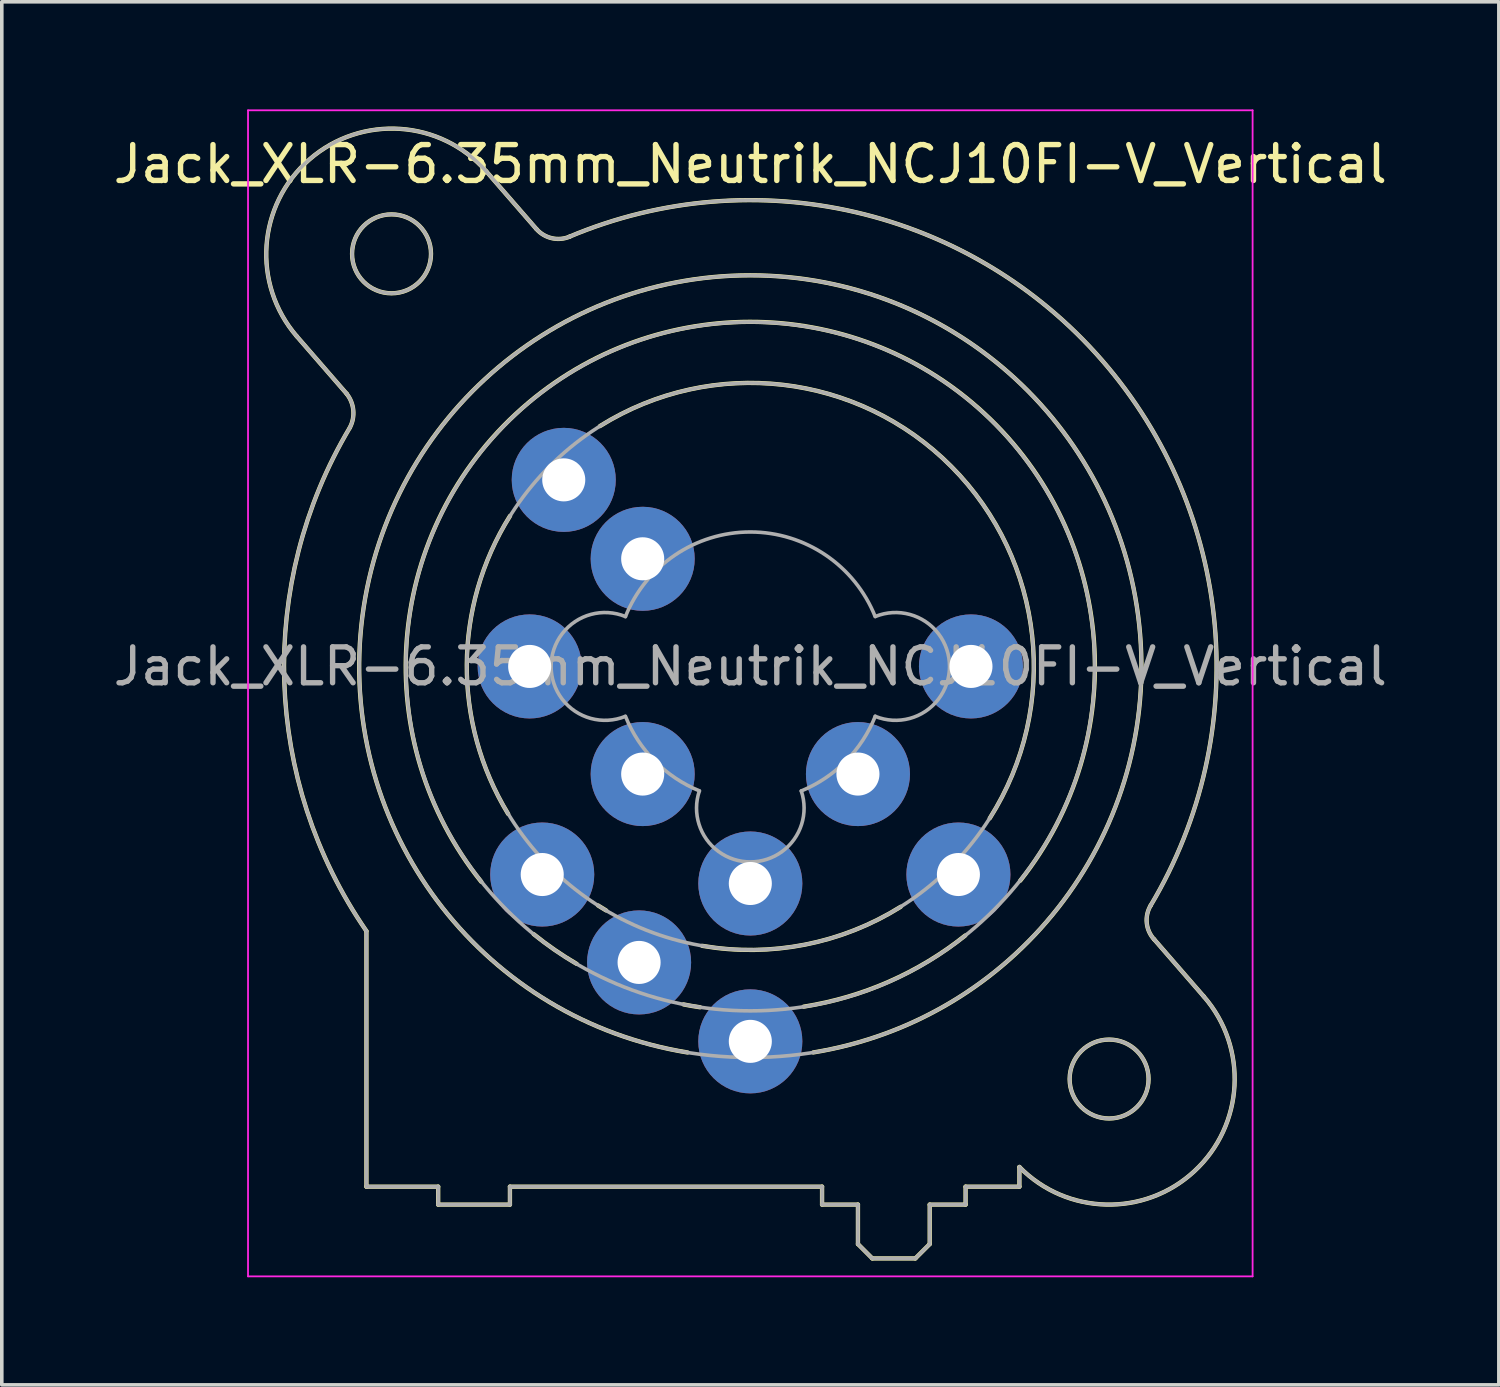
<source format=kicad_pcb>
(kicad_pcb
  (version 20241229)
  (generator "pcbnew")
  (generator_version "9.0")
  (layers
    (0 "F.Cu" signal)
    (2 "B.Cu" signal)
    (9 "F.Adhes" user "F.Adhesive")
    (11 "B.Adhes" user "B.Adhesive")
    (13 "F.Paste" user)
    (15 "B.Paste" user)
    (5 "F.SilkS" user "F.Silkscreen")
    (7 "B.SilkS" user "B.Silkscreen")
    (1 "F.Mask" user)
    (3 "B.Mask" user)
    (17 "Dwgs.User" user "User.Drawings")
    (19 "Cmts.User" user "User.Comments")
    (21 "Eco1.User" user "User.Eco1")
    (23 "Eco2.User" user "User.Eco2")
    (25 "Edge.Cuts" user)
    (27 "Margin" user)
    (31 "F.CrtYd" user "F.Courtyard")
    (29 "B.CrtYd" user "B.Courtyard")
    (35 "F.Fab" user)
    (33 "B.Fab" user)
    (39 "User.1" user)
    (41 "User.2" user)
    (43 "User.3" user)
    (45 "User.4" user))
  (footprint "Jack_XLR-6.35mm_Neutrik_NCJ10FI-V_Vertical"
    (layer "F.Cu")
    (at 24.013 15.525)
    (property "Reference" "Jack_XLR-6.35mm_Neutrik_NCJ10FI-V_Vertical" (at -6.15 -14 0) (layer "F.SilkS") (effects (font (size 1 1) (thickness 0.15))))
    (attr through_hole)
    (fp_line (start -17.4 -7.6) (end -18.79 -9.2) (stroke (width 0.12) (type solid)) (layer "F.SilkS"))
    (fp_line (start -16.85 14.5) (end -16.85 7.38) (stroke (width 0.12) (type solid)) (layer "F.SilkS"))
    (fp_line (start -14.85 14.5) (end -16.85 14.5) (stroke (width 0.12) (type solid)) (layer "F.SilkS"))
    (fp_line (start -14.85 14.5) (end -14.85 15) (stroke (width 0.12) (type solid)) (layer "F.SilkS"))
    (fp_line (start -13.51 -13.8) (end -12.11 -12.19) (stroke (width 0.12) (type solid)) (layer "F.SilkS"))
    (fp_line (start -12.85 14.5) (end -12.85 15) (stroke (width 0.12) (type solid)) (layer "F.SilkS"))
    (fp_line (start -12.85 15) (end -14.85 15) (stroke (width 0.12) (type solid)) (layer "F.SilkS"))
    (fp_line (start -4.15 14.5) (end -12.85 14.5) (stroke (width 0.12) (type solid)) (layer "F.SilkS"))
    (fp_line (start -4.15 14.5) (end -4.15 15) (stroke (width 0.12) (type solid)) (layer "F.SilkS"))
    (fp_line (start -3.15 15) (end -4.15 15) (stroke (width 0.12) (type solid)) (layer "F.SilkS"))
    (fp_line (start -3.15 15) (end -3.15 16.1) (stroke (width 0.12) (type solid)) (layer "F.SilkS"))
    (fp_line (start -3.15 16.1) (end -2.75 16.5) (stroke (width 0.12) (type solid)) (layer "F.SilkS"))
    (fp_line (start -1.55 16.5) (end -2.75 16.5) (stroke (width 0.12) (type solid)) (layer "F.SilkS"))
    (fp_line (start -1.15 15) (end -1.15 16.1) (stroke (width 0.12) (type solid)) (layer "F.SilkS"))
    (fp_line (start -1.15 16.1) (end -1.55 16.5) (stroke (width 0.12) (type solid)) (layer "F.SilkS"))
    (fp_line (start -0.15 14.5) (end -0.15 15) (stroke (width 0.12) (type solid)) (layer "F.SilkS"))
    (fp_line (start -0.15 15) (end -1.15 15) (stroke (width 0.12) (type solid)) (layer "F.SilkS"))
    (fp_line (start 1.35 13.95) (end 1.35 14.5) (stroke (width 0.12) (type solid)) (layer "F.SilkS"))
    (fp_line (start 1.35 14.5) (end -0.15 14.5) (stroke (width 0.12) (type solid)) (layer "F.SilkS"))
    (fp_line (start 5.1 7.6) (end 6.49 9.2) (stroke (width 0.12) (type solid)) (layer "F.SilkS"))
    (fp_arc (start -18.79 -9.2) (mid -18.45 -14.14) (end -13.51 -13.8) (stroke (width 0.12) (type solid)) (layer "F.SilkS"))
    (fp_arc (start -17.400452 -7.59955) (mid -17.216295 -7.14315) (end -17.31 -6.66) (stroke (width 0.12) (type solid)) (layer "F.SilkS"))
    (fp_arc (start -16.851206 7.374645) (mid -19.139261 0.42462) (end -17.31 -6.66) (stroke (width 0.12) (type solid)) (layer "F.SilkS"))
    (fp_arc (start -13.65 6) (mid -6.168408 -9.604669) (end 1.372943 5.971208) (stroke (width 0.12) (type solid)) (layer "F.SilkS"))
    (fp_arc (start -12.9 4.11) (mid -14.052663 -0.0501) (end -12.847348 -4.195251) (stroke (width 0.12) (type solid)) (layer "F.SilkS"))
    (fp_arc (start -11.201352 -11.974349) (mid 3.655031 -8.530097) (end 5.01 6.66) (stroke (width 0.12) (type solid)) (layer "F.SilkS"))
    (fp_arc (start -11.177539 -11.981856) (mid -11.677484 -11.93489) (end -12.11 -12.19) (stroke (width 0.12) (type solid)) (layer "F.SilkS"))
    (fp_arc (start -10.99 8.29) (mid -11.604845 7.89901) (end -12.188263 7.462512) (stroke (width 0.12) (type solid)) (layer "F.SilkS"))
    (fp_arc (start -10.34 -6.7) (mid -0.544787 -5.570251) (end 0.523653 4.231839) (stroke (width 0.12) (type solid)) (layer "F.SilkS"))
    (fp_arc (start -10.17 6.8) (mid -10.28219 6.732414) (end -10.393245 6.662978) (stroke (width 0.12) (type solid)) (layer "F.SilkS"))
    (fp_arc (start -7.9 10.76) (mid -6.152346 -10.90138) (end -4.395368 10.759246) (stroke (width 0.12) (type solid)) (layer "F.SilkS"))
    (fp_arc (start -7.55 9.5) (mid -7.781688 9.462959) (end -8.012401 9.420269) (stroke (width 0.12) (type solid)) (layer "F.SilkS"))
    (fp_arc (start -1.96 6.7) (mid -4.625828 7.753902) (end -7.492223 7.78746) (stroke (width 0.12) (type solid)) (layer "F.SilkS"))
    (fp_arc (start -0.16 7.5) (mid -2.282236 8.784674) (end -4.662837 9.482534) (stroke (width 0.12) (type solid)) (layer "F.SilkS"))
    (fp_arc (start 5.109394 7.611661) (mid 4.900255 7.152483) (end 5.01 6.66) (stroke (width 0.12) (type solid)) (layer "F.SilkS"))
    (fp_arc (start 6.49 9.2) (mid 6.227307 14.070606) (end 1.351052 13.95252) (stroke (width 0.12) (type solid)) (layer "F.SilkS"))
    (fp_circle (center -16.15 -11.5) (end -15.05 -11.5) (stroke (width 0.12) (type solid)) (fill no) (layer "F.SilkS"))
    (fp_circle (center 3.85 11.5) (end 4.95 11.5) (stroke (width 0.12) (type solid)) (fill no) (layer "F.SilkS"))
    (fp_line (start -20.15 -15.5) (end 7.85 -15.5) (stroke (width 0.05) (type solid)) (layer "F.CrtYd"))
    (fp_line (start -20.15 17) (end -20.15 -15.5) (stroke (width 0.05) (type solid)) (layer "F.CrtYd"))
    (fp_line (start 7.85 -15.5) (end 7.85 17) (stroke (width 0.05) (type solid)) (layer "F.CrtYd"))
    (fp_line (start 7.85 17) (end -20.15 17) (stroke (width 0.05) (type solid)) (layer "F.CrtYd"))
    (fp_line (start -17.4 -7.6) (end -18.79 -9.2) (stroke (width 0.1) (type solid)) (layer "F.Fab"))
    (fp_line (start -16.85 14.5) (end -16.85 7.38) (stroke (width 0.1) (type solid)) (layer "F.Fab"))
    (fp_line (start -14.85 14.5) (end -16.85 14.5) (stroke (width 0.1) (type solid)) (layer "F.Fab"))
    (fp_line (start -14.85 14.5) (end -14.85 15) (stroke (width 0.1) (type solid)) (layer "F.Fab"))
    (fp_line (start -13.51 -13.8) (end -12.11 -12.19) (stroke (width 0.1) (type solid)) (layer "F.Fab"))
    (fp_line (start -12.85 14.5) (end -12.85 15) (stroke (width 0.1) (type solid)) (layer "F.Fab"))
    (fp_line (start -12.85 15) (end -14.85 15) (stroke (width 0.1) (type solid)) (layer "F.Fab"))
    (fp_line (start -4.15 14.5) (end -12.85 14.5) (stroke (width 0.1) (type solid)) (layer "F.Fab"))
    (fp_line (start -4.15 14.5) (end -4.15 15) (stroke (width 0.1) (type solid)) (layer "F.Fab"))
    (fp_line (start -3.15 15) (end -4.15 15) (stroke (width 0.1) (type solid)) (layer "F.Fab"))
    (fp_line (start -3.15 15) (end -3.15 16.1) (stroke (width 0.1) (type solid)) (layer "F.Fab"))
    (fp_line (start -3.15 16.1) (end -2.75 16.5) (stroke (width 0.1) (type solid)) (layer "F.Fab"))
    (fp_line (start -1.55 16.5) (end -2.75 16.5) (stroke (width 0.1) (type solid)) (layer "F.Fab"))
    (fp_line (start -1.15 15) (end -1.15 16.1) (stroke (width 0.1) (type solid)) (layer "F.Fab"))
    (fp_line (start -1.15 16.1) (end -1.55 16.5) (stroke (width 0.1) (type solid)) (layer "F.Fab"))
    (fp_line (start -0.15 14.5) (end -0.15 15) (stroke (width 0.1) (type solid)) (layer "F.Fab"))
    (fp_line (start -0.15 15) (end -1.15 15) (stroke (width 0.1) (type solid)) (layer "F.Fab"))
    (fp_line (start 1.35 13.95) (end 1.35 14.5) (stroke (width 0.1) (type solid)) (layer "F.Fab"))
    (fp_line (start 1.35 14.5) (end -0.15 14.5) (stroke (width 0.1) (type solid)) (layer "F.Fab"))
    (fp_line (start 5.1 7.6) (end 6.49 9.2) (stroke (width 0.1) (type solid)) (layer "F.Fab"))
    (fp_arc (start -18.79 -9.2) (mid -18.45 -14.14) (end -13.51 -13.8) (stroke (width 0.1) (type solid)) (layer "F.Fab"))
    (fp_arc (start -17.400452 -7.59955) (mid -17.216295 -7.14315) (end -17.31 -6.66) (stroke (width 0.1) (type solid)) (layer "F.Fab"))
    (fp_arc (start -16.851206 7.374645) (mid -19.139261 0.42462) (end -17.31 -6.66) (stroke (width 0.1) (type solid)) (layer "F.Fab"))
    (fp_arc (start -11.201352 -11.974349) (mid 3.655031 -8.530097) (end 5.01 6.66) (stroke (width 0.1) (type solid)) (layer "F.Fab"))
    (fp_arc (start -11.177539 -11.981856) (mid -11.677484 -11.93489) (end -12.11 -12.19) (stroke (width 0.1) (type solid)) (layer "F.Fab"))
    (fp_arc (start -9.634717 1.391925) (mid -11.702329 -0.002547) (end -9.63 -1.39) (stroke (width 0.1) (type solid)) (layer "F.Fab"))
    (fp_arc (start -9.631116 -1.387204) (mid -6.151505 -3.747333) (end -2.67 -1.39) (stroke (width 0.1) (type solid)) (layer "F.Fab"))
    (fp_arc (start -7.567529 3.468878) (mid -8.810241 2.639246) (end -9.63 1.39) (stroke (width 0.1) (type solid)) (layer "F.Fab"))
    (fp_arc (start -4.729599 3.471189) (mid -6.150627 5.448932) (end -7.57 3.47) (stroke (width 0.1) (type solid)) (layer "F.Fab"))
    (fp_arc (start -2.667476 1.389002) (mid -3.487046 2.639314) (end -4.73 3.47) (stroke (width 0.1) (type solid)) (layer "F.Fab"))
    (fp_arc (start -2.665283 -1.391925) (mid -0.597671 0.002547) (end -2.67 1.39) (stroke (width 0.1) (type solid)) (layer "F.Fab"))
    (fp_arc (start 5.109394 7.611661) (mid 4.900255 7.152483) (end 5.01 6.66) (stroke (width 0.1) (type solid)) (layer "F.Fab"))
    (fp_arc (start 6.49 9.2) (mid 6.227307 14.070606) (end 1.351052 13.95252) (stroke (width 0.1) (type solid)) (layer "F.Fab"))
    (fp_circle (center -16.15 -11.5) (end -15.05 -11.5) (stroke (width 0.1) (type solid)) (fill no) (layer "F.Fab"))
    (fp_circle (center -6.15 0) (end 1.75 0) (stroke (width 0.1) (type solid)) (fill no) (layer "F.Fab"))
    (fp_circle (center -6.15 0) (end 3.45 0) (stroke (width 0.1) (type solid)) (fill no) (layer "F.Fab"))
    (fp_circle (center -6.15 0) (end 4.75 0) (stroke (width 0.1) (type solid)) (fill no) (layer "F.Fab"))
    (fp_circle (center 3.85 11.5) (end 4.95 11.5) (stroke (width 0.1) (type solid)) (fill no) (layer "F.Fab"))
    (fp_text user "${REFERENCE}" (at -6.15 0 0) (layer "F.Fab") (effects (font (size 1 1) (thickness 0.15))))
    (pad "1" thru_hole circle (at 0 0) (size 2.9 2.9) (drill 1.2) (layers "*.Cu" "*.Mask"))
    (pad "2" thru_hole circle (at -12.3 0) (size 2.9 2.9) (drill 1.2) (layers "*.Cu" "*.Mask"))
    (pad "3" thru_hole circle (at -6.15 6.05) (size 2.9 2.9) (drill 1.2) (layers "*.Cu" "*.Mask"))
    (pad "G" thru_hole circle (at -6.15 10.45) (size 2.9 2.9) (drill 1.2) (layers "*.Cu" "*.Mask"))
    (pad "GN" thru_hole circle (at -9.25 8.25) (size 2.9 2.9) (drill 1.2) (layers "*.Cu" "*.Mask"))
    (pad "R" thru_hole circle (at -0.35 5.8) (size 2.9 2.9) (drill 1.2) (layers "*.Cu" "*.Mask"))
    (pad "RN" thru_hole circle (at -3.15 3) (size 2.9 2.9) (drill 1.2) (layers "*.Cu" "*.Mask"))
    (pad "S" thru_hole circle (at -11.95 5.8) (size 2.9 2.9) (drill 1.2) (layers "*.Cu" "*.Mask"))
    (pad "SN" thru_hole circle (at -9.15 3) (size 2.9 2.9) (drill 1.2) (layers "*.Cu" "*.Mask"))
    (pad "T" thru_hole circle (at -11.35 -5.2) (size 2.9 2.9) (drill 1.2) (layers "*.Cu" "*.Mask"))
    (pad "TN" thru_hole circle (at -9.15 -3) (size 2.9 2.9) (drill 1.2) (layers "*.Cu" "*.Mask")))
  (gr_rect
    (start -3 -3)
    (end 38.726 35.55)
    (stroke (width 0.1) (type default))
    (fill no)
    (layer "Edge.Cuts")))
</source>
